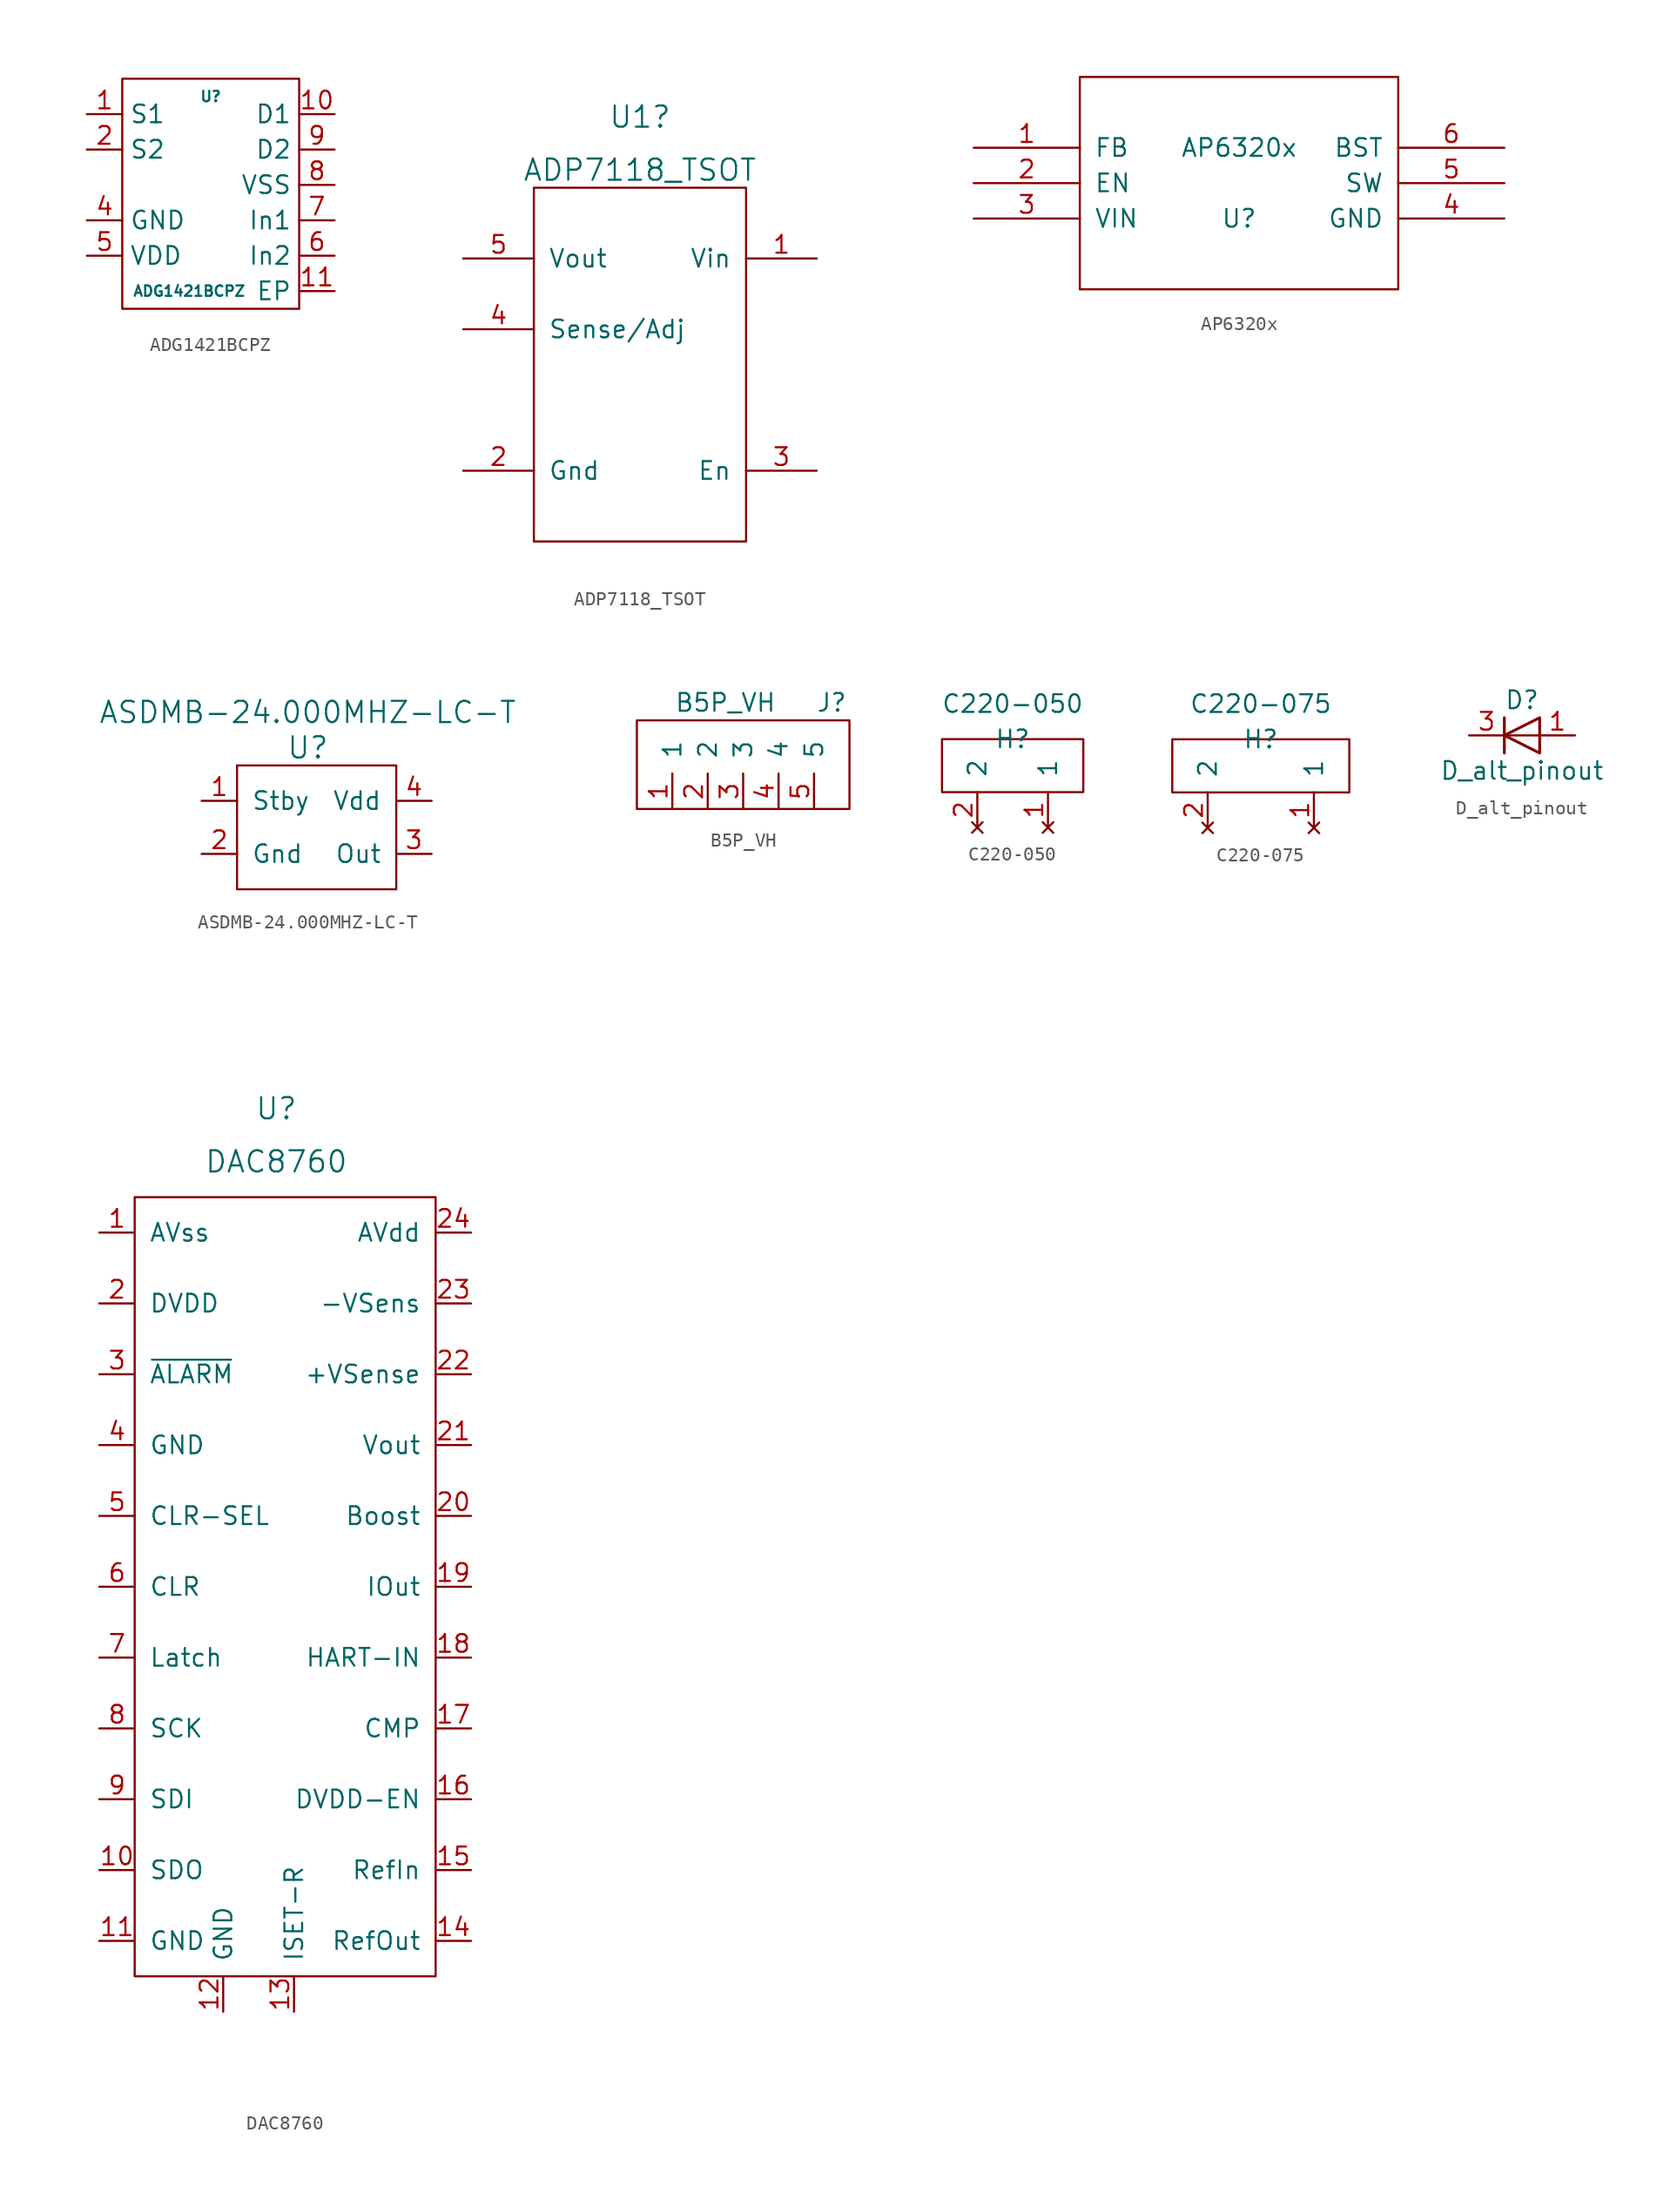
<source format=kicad_sym>
(kicad_symbol_lib
  (version 20211014)
  (generator kicad_symbol_editor)
  (symbol "ADG1421BCPZ"
    (property "Reference" "U"
      (at 0 6.35 0)
      (effects (font (size 0.75 0.75))))
    (property "Value" "ADG1421BCPZ"
      (at 2.54 -7.62 0)
      (effects (font (size 0.75 0.75)) (justify right)))
    (symbol "ADG1421BCPZ_0_1"
      (rectangle (start -6.35 7.62) (end 6.35 -8.89) (stroke (width 0) (type default) (color 0 0 0 0)) (fill (type none))))
    (symbol "ADG1421BCPZ_1_1"
      (pin bidirectional line (at -8.89 5.08 0) (length 2.54) (name "S1" (effects (font (size 1.27 1.27)))) (number "1" (effects (font (size 1.27 1.27)))))
      (pin bidirectional line (at 8.89 5.08 180) (length 2.54) (name "D1" (effects (font (size 1.27 1.27)))) (number "10" (effects (font (size 1.27 1.27)))))
      (pin passive line (at 8.89 -7.62 180) (length 2.54) (name "EP" (effects (font (size 1.27 1.27)))) (number "11" (effects (font (size 1.27 1.27)))))
      (pin bidirectional line (at -8.89 2.54 0) (length 2.54) (name "S2" (effects (font (size 1.27 1.27)))) (number "2" (effects (font (size 1.27 1.27)))))
      (pin no_connect line (at -8.89 0 0) (length 2.54) hide (name "NC" (effects (font (size 1.27 1.27)))) (number "3" (effects (font (size 1.27 1.27)))))
      (pin power_in line (at -8.89 -2.54 0) (length 2.54) (name "GND" (effects (font (size 1.27 1.27)))) (number "4" (effects (font (size 1.27 1.27)))))
      (pin power_in line (at -8.89 -5.08 0) (length 2.54) (name "VDD" (effects (font (size 1.27 1.27)))) (number "5" (effects (font (size 1.27 1.27)))))
      (pin input line (at 8.89 -5.08 180) (length 2.54) (name "In2" (effects (font (size 1.27 1.27)))) (number "6" (effects (font (size 1.27 1.27)))))
      (pin input line (at 8.89 -2.54 180) (length 2.54) (name "In1" (effects (font (size 1.27 1.27)))) (number "7" (effects (font (size 1.27 1.27)))))
      (pin power_in line (at 8.89 0 180) (length 2.54) (name "VSS" (effects (font (size 1.27 1.27)))) (number "8" (effects (font (size 1.27 1.27)))))
      (pin bidirectional line (at 8.89 2.54 180) (length 2.54) (name "D2" (effects (font (size 1.27 1.27)))) (number "9" (effects (font (size 1.27 1.27)))))))
  (symbol "ADP7118_TSOT"
    (pin_names
      (offset 1.016))
    (property "Reference" "U1"
      (at 0 17.78 0)
      (effects (font (size 1.524 1.524))))
    (property "Value" "ADP7118_TSOT"
      (at 0 13.97 0)
      (effects (font (size 1.524 1.524))))
    (symbol "ADP7118_TSOT_0_1"
      (rectangle (start -7.62 12.7) (end 7.62 -12.7) (stroke (width 0) (type default) (color 0 0 0 0)) (fill (type none))))
    (symbol "ADP7118_TSOT_1_1"
      (pin power_in line (at 12.7 7.62 180) (length 5.08) (name "Vin" (effects (font (size 1.27 1.27)))) (number "1" (effects (font (size 1.27 1.27)))))
      (pin power_in line (at -12.7 -7.62 0) (length 5.08) (name "Gnd" (effects (font (size 1.27 1.27)))) (number "2" (effects (font (size 1.27 1.27)))))
      (pin input line (at 12.7 -7.62 180) (length 5.08) (name "En" (effects (font (size 1.27 1.27)))) (number "3" (effects (font (size 1.27 1.27)))))
      (pin input line (at -12.7 2.54 0) (length 5.08) (name "Sense/Adj" (effects (font (size 1.27 1.27)))) (number "4" (effects (font (size 1.27 1.27)))))
      (pin power_out line (at -12.7 7.62 0) (length 5.08) (name "Vout" (effects (font (size 1.27 1.27)))) (number "5" (effects (font (size 1.27 1.27)))))))
  (symbol "AP6320x"
    (pin_names
      (offset 1.016))
    (property "Reference" "U"
      (at 0 -2.54 0)
      (effects (font (size 1.27 1.27))))
    (property "Value" "AP6320x"
      (at 0 2.54 0)
      (effects (font (size 1.27 1.27))))
    (symbol "AP6320x_1_0"
      (rectangle (start -11.43 -7.62) (end 11.43 7.62) (stroke (width 0) (type default) (color 0 0 0 0)) (fill (type none))))
    (symbol "AP6320x_1_1"
      (pin input line (at -19.05 2.54 0) (length 7.62) (name "FB" (effects (font (size 1.27 1.27)))) (number "1" (effects (font (size 1.27 1.27)))))
      (pin input line (at -19.05 0 0) (length 7.62) (name "EN" (effects (font (size 1.27 1.27)))) (number "2" (effects (font (size 1.27 1.27)))))
      (pin power_in line (at -19.05 -2.54 0) (length 7.62) (name "VIN" (effects (font (size 1.27 1.27)))) (number "3" (effects (font (size 1.27 1.27)))))
      (pin power_in line (at 19.05 -2.54 180) (length 7.62) (name "GND" (effects (font (size 1.27 1.27)))) (number "4" (effects (font (size 1.27 1.27)))))
      (pin power_out line (at 19.05 0 180) (length 7.62) (name "SW" (effects (font (size 1.27 1.27)))) (number "5" (effects (font (size 1.27 1.27)))))
      (pin bidirectional line (at 19.05 2.54 180) (length 7.62) (name "BST" (effects (font (size 1.27 1.27)))) (number "6" (effects (font (size 1.27 1.27)))))))
  (symbol "ASDMB-24.000MHZ-LC-T"
    (pin_names
      (offset 1.016))
    (property "Reference" "U"
      (at 0 0 0)
      (effects (font (size 1.524 1.524))))
    (property "Value" "ASDMB-24.000MHZ-LC-T"
      (at 0 2.54 0)
      (effects (font (size 1.524 1.524))))
    (symbol "ASDMB-24.000MHZ-LC-T_0_1"
      (rectangle (start -5.08 -1.27) (end 6.35 -10.16) (stroke (width 0) (type default) (color 0 0 0 0)) (fill (type none))))
    (symbol "ASDMB-24.000MHZ-LC-T_1_1"
      (pin bidirectional line (at -7.62 -3.81 0) (length 2.54) (name "Stby" (effects (font (size 1.27 1.27)))) (number "1" (effects (font (size 1.27 1.27)))))
      (pin bidirectional line (at -7.62 -7.62 0) (length 2.54) (name "Gnd" (effects (font (size 1.27 1.27)))) (number "2" (effects (font (size 1.27 1.27)))))
      (pin bidirectional line (at 8.89 -7.62 180) (length 2.54) (name "Out" (effects (font (size 1.27 1.27)))) (number "3" (effects (font (size 1.27 1.27)))))
      (pin bidirectional line (at 8.89 -3.81 180) (length 2.54) (name "Vdd" (effects (font (size 1.27 1.27)))) (number "4" (effects (font (size 1.27 1.27)))))))
  (symbol "B5P_VH"
    (pin_names
      (offset 1.016))
    (property "Reference" "J"
      (at 6.35 7.62 0)
      (effects (font (size 1.27 1.27))))
    (property "Value" "B5P_VH"
      (at -1.27 7.62 0)
      (effects (font (size 1.27 1.27))))
    (symbol "B5P_VH_0_0"
      (rectangle (start -7.62 0) (end 7.62 6.35) (stroke (width 0) (type default) (color 0 0 0 0)) (fill (type none))))
    (symbol "B5P_VH_1_1"
      (pin input line (at -5.08 0 90) (length 2.54) (name "1" (effects (font (size 1.27 1.27)))) (number "1" (effects (font (size 1.27 1.27)))))
      (pin input line (at -2.54 0 90) (length 2.54) (name "2" (effects (font (size 1.27 1.27)))) (number "2" (effects (font (size 1.27 1.27)))))
      (pin input line (at 0 0 90) (length 2.54) (name "3" (effects (font (size 1.27 1.27)))) (number "3" (effects (font (size 1.27 1.27)))))
      (pin input line (at 2.54 0 90) (length 2.54) (name "4" (effects (font (size 1.27 1.27)))) (number "4" (effects (font (size 1.27 1.27)))))
      (pin input line (at 5.08 0 90) (length 2.54) (name "5" (effects (font (size 1.27 1.27)))) (number "5" (effects (font (size 1.27 1.27)))))))
  (symbol "C220-050"
    (pin_names
      (offset 1.016))
    (property "Reference" "H"
      (at 0 0 0)
      (effects (font (size 1.27 1.27))))
    (property "Value" "C220-050"
      (at 0 2.54 0)
      (effects (font (size 1.27 1.27))))
    (symbol "C220-050_0_1"
      (rectangle (start -5.08 0) (end 5.08 -3.81) (stroke (width 0) (type default) (color 0 0 0 0)) (fill (type none))))
    (symbol "C220-050_1_1"
      (pin no_connect line (at 2.54 -6.35 90) (length 2.54) (name "1" (effects (font (size 1.27 1.27)))) (number "1" (effects (font (size 1.27 1.27)))))
      (pin no_connect line (at -2.54 -6.35 90) (length 2.54) (name "2" (effects (font (size 1.27 1.27)))) (number "2" (effects (font (size 1.27 1.27)))))))
  (symbol "C220-075"
    (pin_names
      (offset 1.016))
    (property "Reference" "H"
      (at 0 0 0)
      (effects (font (size 1.27 1.27))))
    (property "Value" "C220-075"
      (at 0 2.54 0)
      (effects (font (size 1.27 1.27))))
    (symbol "C220-075_0_1"
      (rectangle (start -6.35 0) (end 6.35 -3.81) (stroke (width 0) (type default) (color 0 0 0 0)) (fill (type none))))
    (symbol "C220-075_1_1"
      (pin no_connect line (at 3.81 -6.35 90) (length 2.54) (name "1" (effects (font (size 1.27 1.27)))) (number "1" (effects (font (size 1.27 1.27)))))
      (pin no_connect line (at -3.81 -6.35 90) (length 2.54) (name "2" (effects (font (size 1.27 1.27)))) (number "2" (effects (font (size 1.27 1.27)))))))
  (symbol "D_alt_pinout"
    (pin_names
      (offset 1.016) hide)
    (property "Reference" "D"
      (at 0 2.54 0)
      (effects (font (size 1.27 1.27))))
    (property "Value" "D_alt_pinout"
      (at 0 -2.54 0)
      (effects (font (size 1.27 1.27))))
    (symbol "D_alt_pinout_0_1"
      (polyline (pts (xy -1.27 1.27) (xy -1.27 -1.27)) (stroke (width 0.203) (type default) (color 0 0 0 0)) (fill (type none)))
      (polyline (pts (xy 1.27 0) (xy -1.27 0)) (stroke (width 0) (type default) (color 0 0 0 0)) (fill (type none)))
      (polyline (pts (xy 1.27 1.27) (xy 1.27 -1.27) (xy -1.27 0) (xy 1.27 1.27)) (stroke (width 0.203) (type default) (color 0 0 0 0)) (fill (type none))))
    (symbol "D_alt_pinout_1_1"
      (pin passive line (at 3.81 0 180) (length 2.54) (name "A" (effects (font (size 1.27 1.27)))) (number "1" (effects (font (size 1.27 1.27)))))
      (pin passive line (at -3.81 0 0) (length 2.54) (name "K" (effects (font (size 1.27 1.27)))) (number "3" (effects (font (size 1.27 1.27)))))))
  (symbol "DAC8760"
    (pin_names
      (offset 1.016))
    (property "Reference" "U"
      (at 0 13.97 0)
      (effects (font (size 1.524 1.524))))
    (property "Value" "DAC8760"
      (at 0 10.16 0)
      (effects (font (size 1.524 1.524))))
    (symbol "DAC8760_0_1"
      (rectangle (start -10.16 7.62) (end 11.43 -48.26) (stroke (width 0) (type default) (color 0 0 0 0)) (fill (type none))))
    (symbol "DAC8760_1_1"
      (pin bidirectional line (at -12.7 5.08 0) (length 2.54) (name "AVss" (effects (font (size 1.27 1.27)))) (number "1" (effects (font (size 1.27 1.27)))))
      (pin bidirectional line (at -12.7 -40.64 0) (length 2.54) (name "SDO" (effects (font (size 1.27 1.27)))) (number "10" (effects (font (size 1.27 1.27)))))
      (pin bidirectional line (at -12.7 -45.72 0) (length 2.54) (name "GND" (effects (font (size 1.27 1.27)))) (number "11" (effects (font (size 1.27 1.27)))))
      (pin bidirectional line (at -3.81 -50.8 90) (length 2.54) (name "GND" (effects (font (size 1.27 1.27)))) (number "12" (effects (font (size 1.27 1.27)))))
      (pin bidirectional line (at 1.27 -50.8 90) (length 2.54) (name "ISET-R" (effects (font (size 1.27 1.27)))) (number "13" (effects (font (size 1.27 1.27)))))
      (pin bidirectional line (at 13.97 -45.72 180) (length 2.54) (name "RefOut" (effects (font (size 1.27 1.27)))) (number "14" (effects (font (size 1.27 1.27)))))
      (pin bidirectional line (at 13.97 -40.64 180) (length 2.54) (name "RefIn" (effects (font (size 1.27 1.27)))) (number "15" (effects (font (size 1.27 1.27)))))
      (pin bidirectional line (at 13.97 -35.56 180) (length 2.54) (name "DVDD-EN" (effects (font (size 1.27 1.27)))) (number "16" (effects (font (size 1.27 1.27)))))
      (pin bidirectional line (at 13.97 -30.48 180) (length 2.54) (name "CMP" (effects (font (size 1.27 1.27)))) (number "17" (effects (font (size 1.27 1.27)))))
      (pin bidirectional line (at 13.97 -25.4 180) (length 2.54) (name "HART-IN" (effects (font (size 1.27 1.27)))) (number "18" (effects (font (size 1.27 1.27)))))
      (pin bidirectional line (at 13.97 -20.32 180) (length 2.54) (name "IOut" (effects (font (size 1.27 1.27)))) (number "19" (effects (font (size 1.27 1.27)))))
      (pin input line (at -12.7 0 0) (length 2.54) (name "DVDD" (effects (font (size 1.27 1.27)))) (number "2" (effects (font (size 1.27 1.27)))))
      (pin bidirectional line (at 13.97 -15.24 180) (length 2.54) (name "Boost" (effects (font (size 1.27 1.27)))) (number "20" (effects (font (size 1.27 1.27)))))
      (pin bidirectional line (at 13.97 -10.16 180) (length 2.54) (name "Vout" (effects (font (size 1.27 1.27)))) (number "21" (effects (font (size 1.27 1.27)))))
      (pin bidirectional line (at 13.97 -5.08 180) (length 2.54) (name "+VSense" (effects (font (size 1.27 1.27)))) (number "22" (effects (font (size 1.27 1.27)))))
      (pin bidirectional line (at 13.97 0 180) (length 2.54) (name "-VSens" (effects (font (size 1.27 1.27)))) (number "23" (effects (font (size 1.27 1.27)))))
      (pin bidirectional line (at 13.97 5.08 180) (length 2.54) (name "AVdd" (effects (font (size 1.27 1.27)))) (number "24" (effects (font (size 1.27 1.27)))))
      (pin bidirectional line (at -12.7 -5.08 0) (length 2.54) (name "~{ALARM}" (effects (font (size 1.27 1.27)))) (number "3" (effects (font (size 1.27 1.27)))))
      (pin bidirectional line (at -12.7 -10.16 0) (length 2.54) (name "GND" (effects (font (size 1.27 1.27)))) (number "4" (effects (font (size 1.27 1.27)))))
      (pin bidirectional line (at -12.7 -15.24 0) (length 2.54) (name "CLR-SEL" (effects (font (size 1.27 1.27)))) (number "5" (effects (font (size 1.27 1.27)))))
      (pin bidirectional line (at -12.7 -20.32 0) (length 2.54) (name "CLR" (effects (font (size 1.27 1.27)))) (number "6" (effects (font (size 1.27 1.27)))))
      (pin bidirectional line (at -12.7 -25.4 0) (length 2.54) (name "Latch" (effects (font (size 1.27 1.27)))) (number "7" (effects (font (size 1.27 1.27)))))
      (pin bidirectional line (at -12.7 -30.48 0) (length 2.54) (name "SCK" (effects (font (size 1.27 1.27)))) (number "8" (effects (font (size 1.27 1.27)))))
      (pin bidirectional line (at -12.7 -35.56 0) (length 2.54) (name "SDI" (effects (font (size 1.27 1.27)))) (number "9" (effects (font (size 1.27 1.27))))))))
</source>
